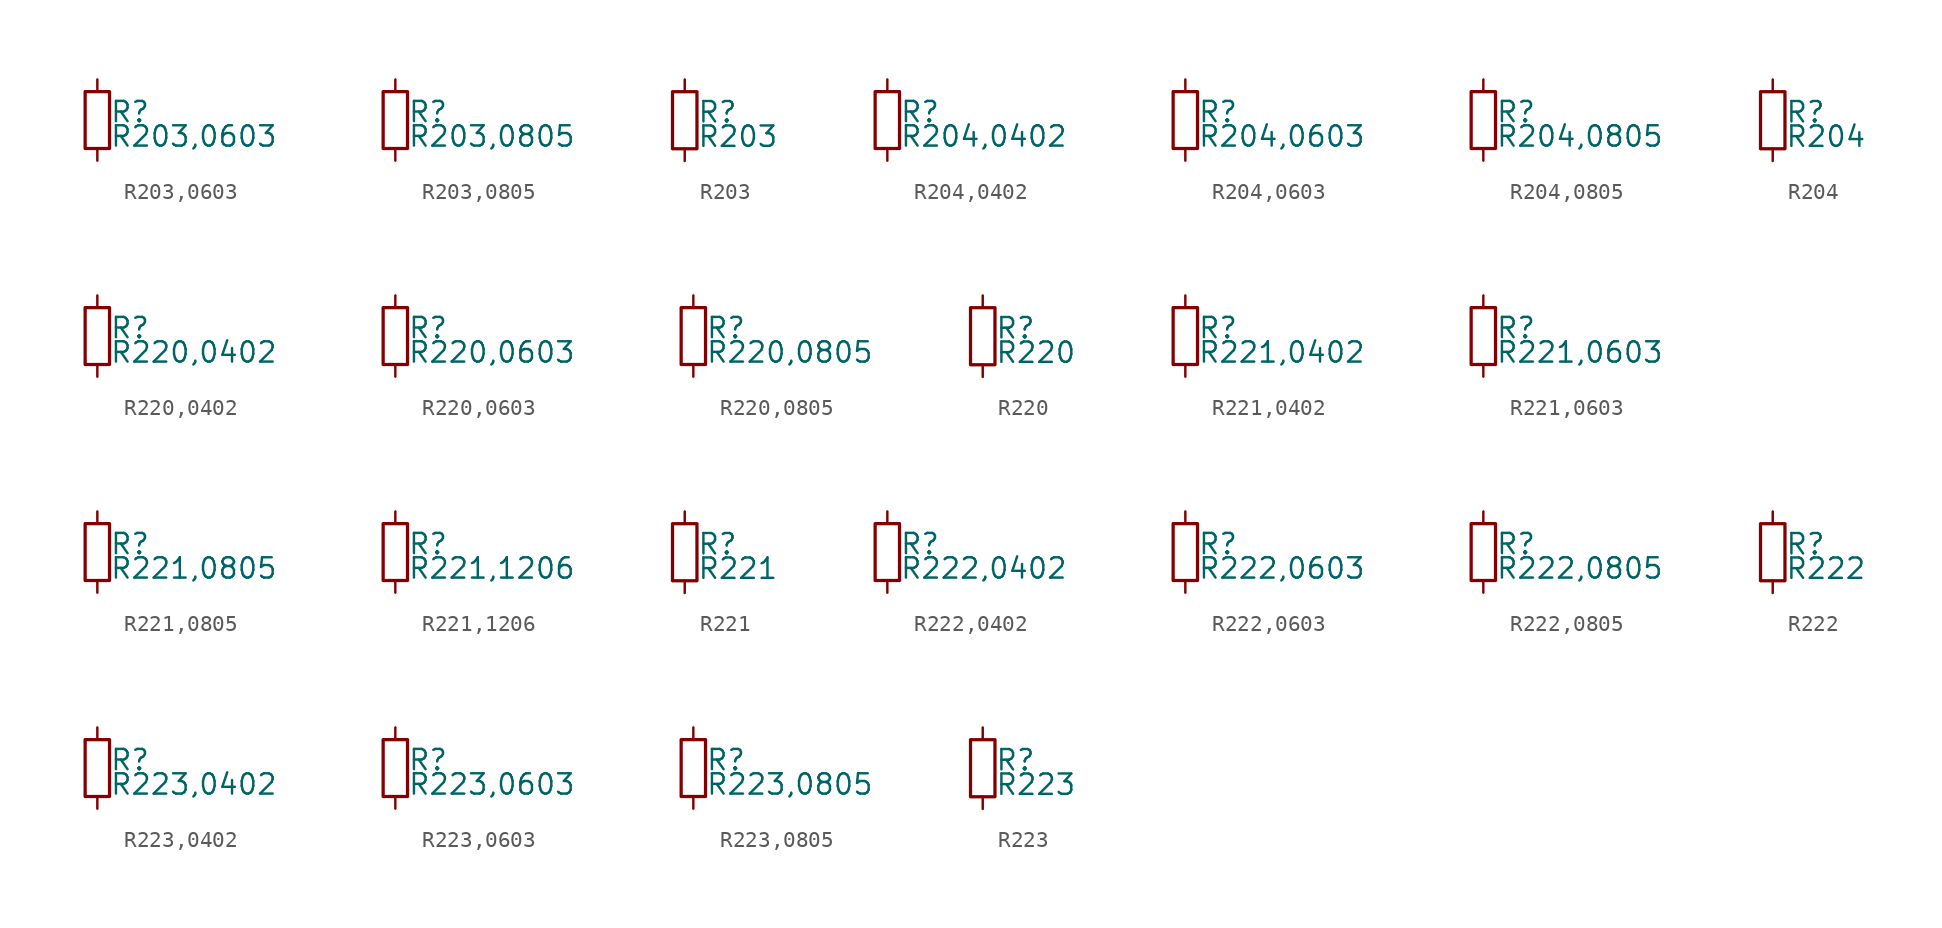
<source format=kicad_sym>
(kicad_symbol_lib
  (version 20211014)
  (generator kicad_symbol_editor)
  (symbol "R203,0603"
    (pin_numbers hide)
    (pin_names
      (offset 0.254) hide)
    (property "Reference" "R"
      (at 0.762 0.508 0)
      (effects (font (size 1.27 1.27)) (justify left)))
    (property "Value" "R203,0603"
      (at 0.762 -1.016 0)
      (effects (font (size 1.27 1.27)) (justify left)))
    (symbol "R203,0603_0_1"
      (rectangle (start -0.762 1.778) (end 0.762 -1.778) (stroke (width 0.203) (type default) (color 0 0 0 0)) (fill (type none))))
    (symbol "R203,0603_1_1"
      (pin passive line (at 0 2.54 270) (length 0.762) (name "~" (effects (font (size 1.27 1.27)))) (number "1" (effects (font (size 1.27 1.27)))))
      (pin passive line (at 0 -2.54 90) (length 0.762) (name "~" (effects (font (size 1.27 1.27)))) (number "2" (effects (font (size 1.27 1.27)))))))
  (symbol "R203,0805"
    (pin_numbers hide)
    (pin_names
      (offset 0.254) hide)
    (property "Reference" "R"
      (at 0.762 0.508 0)
      (effects (font (size 1.27 1.27)) (justify left)))
    (property "Value" "R203,0805"
      (at 0.762 -1.016 0)
      (effects (font (size 1.27 1.27)) (justify left)))
    (symbol "R203,0805_0_1"
      (rectangle (start -0.762 1.778) (end 0.762 -1.778) (stroke (width 0.203) (type default) (color 0 0 0 0)) (fill (type none))))
    (symbol "R203,0805_1_1"
      (pin passive line (at 0 2.54 270) (length 0.762) (name "~" (effects (font (size 1.27 1.27)))) (number "1" (effects (font (size 1.27 1.27)))))
      (pin passive line (at 0 -2.54 90) (length 0.762) (name "~" (effects (font (size 1.27 1.27)))) (number "2" (effects (font (size 1.27 1.27)))))))
  (symbol "R203"
    (pin_numbers hide)
    (pin_names
      (offset 0.254) hide)
    (property "Reference" "R"
      (at 0.762 0.508 0)
      (effects (font (size 1.27 1.27)) (justify left)))
    (property "Value" "R203"
      (at 0.762 -1.016 0)
      (effects (font (size 1.27 1.27)) (justify left)))
    (symbol "R203_0_1"
      (rectangle (start -0.762 1.778) (end 0.762 -1.778) (stroke (width 0.203) (type default) (color 0 0 0 0)) (fill (type none))))
    (symbol "R203_1_1"
      (pin passive line (at 0 2.54 270) (length 0.762) (name "~" (effects (font (size 1.27 1.27)))) (number "1" (effects (font (size 1.27 1.27)))))
      (pin passive line (at 0 -2.54 90) (length 0.762) (name "~" (effects (font (size 1.27 1.27)))) (number "2" (effects (font (size 1.27 1.27)))))))
  (symbol "R204,0402"
    (pin_numbers hide)
    (pin_names
      (offset 0.254) hide)
    (property "Reference" "R"
      (at 0.762 0.508 0)
      (effects (font (size 1.27 1.27)) (justify left)))
    (property "Value" "R204,0402"
      (at 0.762 -1.016 0)
      (effects (font (size 1.27 1.27)) (justify left)))
    (symbol "R204,0402_0_1"
      (rectangle (start -0.762 1.778) (end 0.762 -1.778) (stroke (width 0.203) (type default) (color 0 0 0 0)) (fill (type none))))
    (symbol "R204,0402_1_1"
      (pin passive line (at 0 2.54 270) (length 0.762) (name "~" (effects (font (size 1.27 1.27)))) (number "1" (effects (font (size 1.27 1.27)))))
      (pin passive line (at 0 -2.54 90) (length 0.762) (name "~" (effects (font (size 1.27 1.27)))) (number "2" (effects (font (size 1.27 1.27)))))))
  (symbol "R204,0603"
    (pin_numbers hide)
    (pin_names
      (offset 0.254) hide)
    (property "Reference" "R"
      (at 0.762 0.508 0)
      (effects (font (size 1.27 1.27)) (justify left)))
    (property "Value" "R204,0603"
      (at 0.762 -1.016 0)
      (effects (font (size 1.27 1.27)) (justify left)))
    (symbol "R204,0603_0_1"
      (rectangle (start -0.762 1.778) (end 0.762 -1.778) (stroke (width 0.203) (type default) (color 0 0 0 0)) (fill (type none))))
    (symbol "R204,0603_1_1"
      (pin passive line (at 0 2.54 270) (length 0.762) (name "~" (effects (font (size 1.27 1.27)))) (number "1" (effects (font (size 1.27 1.27)))))
      (pin passive line (at 0 -2.54 90) (length 0.762) (name "~" (effects (font (size 1.27 1.27)))) (number "2" (effects (font (size 1.27 1.27)))))))
  (symbol "R204,0805"
    (pin_numbers hide)
    (pin_names
      (offset 0.254) hide)
    (property "Reference" "R"
      (at 0.762 0.508 0)
      (effects (font (size 1.27 1.27)) (justify left)))
    (property "Value" "R204,0805"
      (at 0.762 -1.016 0)
      (effects (font (size 1.27 1.27)) (justify left)))
    (symbol "R204,0805_0_1"
      (rectangle (start -0.762 1.778) (end 0.762 -1.778) (stroke (width 0.203) (type default) (color 0 0 0 0)) (fill (type none))))
    (symbol "R204,0805_1_1"
      (pin passive line (at 0 2.54 270) (length 0.762) (name "~" (effects (font (size 1.27 1.27)))) (number "1" (effects (font (size 1.27 1.27)))))
      (pin passive line (at 0 -2.54 90) (length 0.762) (name "~" (effects (font (size 1.27 1.27)))) (number "2" (effects (font (size 1.27 1.27)))))))
  (symbol "R204"
    (pin_numbers hide)
    (pin_names
      (offset 0.254) hide)
    (property "Reference" "R"
      (at 0.762 0.508 0)
      (effects (font (size 1.27 1.27)) (justify left)))
    (property "Value" "R204"
      (at 0.762 -1.016 0)
      (effects (font (size 1.27 1.27)) (justify left)))
    (symbol "R204_0_1"
      (rectangle (start -0.762 1.778) (end 0.762 -1.778) (stroke (width 0.203) (type default) (color 0 0 0 0)) (fill (type none))))
    (symbol "R204_1_1"
      (pin passive line (at 0 2.54 270) (length 0.762) (name "~" (effects (font (size 1.27 1.27)))) (number "1" (effects (font (size 1.27 1.27)))))
      (pin passive line (at 0 -2.54 90) (length 0.762) (name "~" (effects (font (size 1.27 1.27)))) (number "2" (effects (font (size 1.27 1.27)))))))
  (symbol "R220,0402"
    (pin_numbers hide)
    (pin_names
      (offset 0.254) hide)
    (property "Reference" "R"
      (at 0.762 0.508 0)
      (effects (font (size 1.27 1.27)) (justify left)))
    (property "Value" "R220,0402"
      (at 0.762 -1.016 0)
      (effects (font (size 1.27 1.27)) (justify left)))
    (symbol "R220,0402_0_1"
      (rectangle (start -0.762 1.778) (end 0.762 -1.778) (stroke (width 0.203) (type default) (color 0 0 0 0)) (fill (type none))))
    (symbol "R220,0402_1_1"
      (pin passive line (at 0 2.54 270) (length 0.762) (name "~" (effects (font (size 1.27 1.27)))) (number "1" (effects (font (size 1.27 1.27)))))
      (pin passive line (at 0 -2.54 90) (length 0.762) (name "~" (effects (font (size 1.27 1.27)))) (number "2" (effects (font (size 1.27 1.27)))))))
  (symbol "R220,0603"
    (pin_numbers hide)
    (pin_names
      (offset 0.254) hide)
    (property "Reference" "R"
      (at 0.762 0.508 0)
      (effects (font (size 1.27 1.27)) (justify left)))
    (property "Value" "R220,0603"
      (at 0.762 -1.016 0)
      (effects (font (size 1.27 1.27)) (justify left)))
    (symbol "R220,0603_0_1"
      (rectangle (start -0.762 1.778) (end 0.762 -1.778) (stroke (width 0.203) (type default) (color 0 0 0 0)) (fill (type none))))
    (symbol "R220,0603_1_1"
      (pin passive line (at 0 2.54 270) (length 0.762) (name "~" (effects (font (size 1.27 1.27)))) (number "1" (effects (font (size 1.27 1.27)))))
      (pin passive line (at 0 -2.54 90) (length 0.762) (name "~" (effects (font (size 1.27 1.27)))) (number "2" (effects (font (size 1.27 1.27)))))))
  (symbol "R220,0805"
    (pin_numbers hide)
    (pin_names
      (offset 0.254) hide)
    (property "Reference" "R"
      (at 0.762 0.508 0)
      (effects (font (size 1.27 1.27)) (justify left)))
    (property "Value" "R220,0805"
      (at 0.762 -1.016 0)
      (effects (font (size 1.27 1.27)) (justify left)))
    (symbol "R220,0805_0_1"
      (rectangle (start -0.762 1.778) (end 0.762 -1.778) (stroke (width 0.203) (type default) (color 0 0 0 0)) (fill (type none))))
    (symbol "R220,0805_1_1"
      (pin passive line (at 0 2.54 270) (length 0.762) (name "~" (effects (font (size 1.27 1.27)))) (number "1" (effects (font (size 1.27 1.27)))))
      (pin passive line (at 0 -2.54 90) (length 0.762) (name "~" (effects (font (size 1.27 1.27)))) (number "2" (effects (font (size 1.27 1.27)))))))
  (symbol "R220"
    (pin_numbers hide)
    (pin_names
      (offset 0.254) hide)
    (property "Reference" "R"
      (at 0.762 0.508 0)
      (effects (font (size 1.27 1.27)) (justify left)))
    (property "Value" "R220"
      (at 0.762 -1.016 0)
      (effects (font (size 1.27 1.27)) (justify left)))
    (symbol "R220_0_1"
      (rectangle (start -0.762 1.778) (end 0.762 -1.778) (stroke (width 0.203) (type default) (color 0 0 0 0)) (fill (type none))))
    (symbol "R220_1_1"
      (pin passive line (at 0 2.54 270) (length 0.762) (name "~" (effects (font (size 1.27 1.27)))) (number "1" (effects (font (size 1.27 1.27)))))
      (pin passive line (at 0 -2.54 90) (length 0.762) (name "~" (effects (font (size 1.27 1.27)))) (number "2" (effects (font (size 1.27 1.27)))))))
  (symbol "R221,0402"
    (pin_numbers hide)
    (pin_names
      (offset 0.254) hide)
    (property "Reference" "R"
      (at 0.762 0.508 0)
      (effects (font (size 1.27 1.27)) (justify left)))
    (property "Value" "R221,0402"
      (at 0.762 -1.016 0)
      (effects (font (size 1.27 1.27)) (justify left)))
    (symbol "R221,0402_0_1"
      (rectangle (start -0.762 1.778) (end 0.762 -1.778) (stroke (width 0.203) (type default) (color 0 0 0 0)) (fill (type none))))
    (symbol "R221,0402_1_1"
      (pin passive line (at 0 2.54 270) (length 0.762) (name "~" (effects (font (size 1.27 1.27)))) (number "1" (effects (font (size 1.27 1.27)))))
      (pin passive line (at 0 -2.54 90) (length 0.762) (name "~" (effects (font (size 1.27 1.27)))) (number "2" (effects (font (size 1.27 1.27)))))))
  (symbol "R221,0603"
    (pin_numbers hide)
    (pin_names
      (offset 0.254) hide)
    (property "Reference" "R"
      (at 0.762 0.508 0)
      (effects (font (size 1.27 1.27)) (justify left)))
    (property "Value" "R221,0603"
      (at 0.762 -1.016 0)
      (effects (font (size 1.27 1.27)) (justify left)))
    (symbol "R221,0603_0_1"
      (rectangle (start -0.762 1.778) (end 0.762 -1.778) (stroke (width 0.203) (type default) (color 0 0 0 0)) (fill (type none))))
    (symbol "R221,0603_1_1"
      (pin passive line (at 0 2.54 270) (length 0.762) (name "~" (effects (font (size 1.27 1.27)))) (number "1" (effects (font (size 1.27 1.27)))))
      (pin passive line (at 0 -2.54 90) (length 0.762) (name "~" (effects (font (size 1.27 1.27)))) (number "2" (effects (font (size 1.27 1.27)))))))
  (symbol "R221,0805"
    (pin_numbers hide)
    (pin_names
      (offset 0.254) hide)
    (property "Reference" "R"
      (at 0.762 0.508 0)
      (effects (font (size 1.27 1.27)) (justify left)))
    (property "Value" "R221,0805"
      (at 0.762 -1.016 0)
      (effects (font (size 1.27 1.27)) (justify left)))
    (symbol "R221,0805_0_1"
      (rectangle (start -0.762 1.778) (end 0.762 -1.778) (stroke (width 0.203) (type default) (color 0 0 0 0)) (fill (type none))))
    (symbol "R221,0805_1_1"
      (pin passive line (at 0 2.54 270) (length 0.762) (name "~" (effects (font (size 1.27 1.27)))) (number "1" (effects (font (size 1.27 1.27)))))
      (pin passive line (at 0 -2.54 90) (length 0.762) (name "~" (effects (font (size 1.27 1.27)))) (number "2" (effects (font (size 1.27 1.27)))))))
  (symbol "R221,1206"
    (pin_numbers hide)
    (pin_names
      (offset 0.254) hide)
    (property "Reference" "R"
      (at 0.762 0.508 0)
      (effects (font (size 1.27 1.27)) (justify left)))
    (property "Value" "R221,1206"
      (at 0.762 -1.016 0)
      (effects (font (size 1.27 1.27)) (justify left)))
    (symbol "R221,1206_0_1"
      (rectangle (start -0.762 1.778) (end 0.762 -1.778) (stroke (width 0.203) (type default) (color 0 0 0 0)) (fill (type none))))
    (symbol "R221,1206_1_1"
      (pin passive line (at 0 2.54 270) (length 0.762) (name "~" (effects (font (size 1.27 1.27)))) (number "1" (effects (font (size 1.27 1.27)))))
      (pin passive line (at 0 -2.54 90) (length 0.762) (name "~" (effects (font (size 1.27 1.27)))) (number "2" (effects (font (size 1.27 1.27)))))))
  (symbol "R221"
    (pin_numbers hide)
    (pin_names
      (offset 0.254) hide)
    (property "Reference" "R"
      (at 0.762 0.508 0)
      (effects (font (size 1.27 1.27)) (justify left)))
    (property "Value" "R221"
      (at 0.762 -1.016 0)
      (effects (font (size 1.27 1.27)) (justify left)))
    (symbol "R221_0_1"
      (rectangle (start -0.762 1.778) (end 0.762 -1.778) (stroke (width 0.203) (type default) (color 0 0 0 0)) (fill (type none))))
    (symbol "R221_1_1"
      (pin passive line (at 0 2.54 270) (length 0.762) (name "~" (effects (font (size 1.27 1.27)))) (number "1" (effects (font (size 1.27 1.27)))))
      (pin passive line (at 0 -2.54 90) (length 0.762) (name "~" (effects (font (size 1.27 1.27)))) (number "2" (effects (font (size 1.27 1.27)))))))
  (symbol "R222,0402"
    (pin_numbers hide)
    (pin_names
      (offset 0.254) hide)
    (property "Reference" "R"
      (at 0.762 0.508 0)
      (effects (font (size 1.27 1.27)) (justify left)))
    (property "Value" "R222,0402"
      (at 0.762 -1.016 0)
      (effects (font (size 1.27 1.27)) (justify left)))
    (symbol "R222,0402_0_1"
      (rectangle (start -0.762 1.778) (end 0.762 -1.778) (stroke (width 0.203) (type default) (color 0 0 0 0)) (fill (type none))))
    (symbol "R222,0402_1_1"
      (pin passive line (at 0 2.54 270) (length 0.762) (name "~" (effects (font (size 1.27 1.27)))) (number "1" (effects (font (size 1.27 1.27)))))
      (pin passive line (at 0 -2.54 90) (length 0.762) (name "~" (effects (font (size 1.27 1.27)))) (number "2" (effects (font (size 1.27 1.27)))))))
  (symbol "R222,0603"
    (pin_numbers hide)
    (pin_names
      (offset 0.254) hide)
    (property "Reference" "R"
      (at 0.762 0.508 0)
      (effects (font (size 1.27 1.27)) (justify left)))
    (property "Value" "R222,0603"
      (at 0.762 -1.016 0)
      (effects (font (size 1.27 1.27)) (justify left)))
    (symbol "R222,0603_0_1"
      (rectangle (start -0.762 1.778) (end 0.762 -1.778) (stroke (width 0.203) (type default) (color 0 0 0 0)) (fill (type none))))
    (symbol "R222,0603_1_1"
      (pin passive line (at 0 2.54 270) (length 0.762) (name "~" (effects (font (size 1.27 1.27)))) (number "1" (effects (font (size 1.27 1.27)))))
      (pin passive line (at 0 -2.54 90) (length 0.762) (name "~" (effects (font (size 1.27 1.27)))) (number "2" (effects (font (size 1.27 1.27)))))))
  (symbol "R222,0805"
    (pin_numbers hide)
    (pin_names
      (offset 0.254) hide)
    (property "Reference" "R"
      (at 0.762 0.508 0)
      (effects (font (size 1.27 1.27)) (justify left)))
    (property "Value" "R222,0805"
      (at 0.762 -1.016 0)
      (effects (font (size 1.27 1.27)) (justify left)))
    (symbol "R222,0805_0_1"
      (rectangle (start -0.762 1.778) (end 0.762 -1.778) (stroke (width 0.203) (type default) (color 0 0 0 0)) (fill (type none))))
    (symbol "R222,0805_1_1"
      (pin passive line (at 0 2.54 270) (length 0.762) (name "~" (effects (font (size 1.27 1.27)))) (number "1" (effects (font (size 1.27 1.27)))))
      (pin passive line (at 0 -2.54 90) (length 0.762) (name "~" (effects (font (size 1.27 1.27)))) (number "2" (effects (font (size 1.27 1.27)))))))
  (symbol "R222"
    (pin_numbers hide)
    (pin_names
      (offset 0.254) hide)
    (property "Reference" "R"
      (at 0.762 0.508 0)
      (effects (font (size 1.27 1.27)) (justify left)))
    (property "Value" "R222"
      (at 0.762 -1.016 0)
      (effects (font (size 1.27 1.27)) (justify left)))
    (symbol "R222_0_1"
      (rectangle (start -0.762 1.778) (end 0.762 -1.778) (stroke (width 0.203) (type default) (color 0 0 0 0)) (fill (type none))))
    (symbol "R222_1_1"
      (pin passive line (at 0 2.54 270) (length 0.762) (name "~" (effects (font (size 1.27 1.27)))) (number "1" (effects (font (size 1.27 1.27)))))
      (pin passive line (at 0 -2.54 90) (length 0.762) (name "~" (effects (font (size 1.27 1.27)))) (number "2" (effects (font (size 1.27 1.27)))))))
  (symbol "R223,0402"
    (pin_numbers hide)
    (pin_names
      (offset 0.254) hide)
    (property "Reference" "R"
      (at 0.762 0.508 0)
      (effects (font (size 1.27 1.27)) (justify left)))
    (property "Value" "R223,0402"
      (at 0.762 -1.016 0)
      (effects (font (size 1.27 1.27)) (justify left)))
    (symbol "R223,0402_0_1"
      (rectangle (start -0.762 1.778) (end 0.762 -1.778) (stroke (width 0.203) (type default) (color 0 0 0 0)) (fill (type none))))
    (symbol "R223,0402_1_1"
      (pin passive line (at 0 2.54 270) (length 0.762) (name "~" (effects (font (size 1.27 1.27)))) (number "1" (effects (font (size 1.27 1.27)))))
      (pin passive line (at 0 -2.54 90) (length 0.762) (name "~" (effects (font (size 1.27 1.27)))) (number "2" (effects (font (size 1.27 1.27)))))))
  (symbol "R223,0603"
    (pin_numbers hide)
    (pin_names
      (offset 0.254) hide)
    (property "Reference" "R"
      (at 0.762 0.508 0)
      (effects (font (size 1.27 1.27)) (justify left)))
    (property "Value" "R223,0603"
      (at 0.762 -1.016 0)
      (effects (font (size 1.27 1.27)) (justify left)))
    (symbol "R223,0603_0_1"
      (rectangle (start -0.762 1.778) (end 0.762 -1.778) (stroke (width 0.203) (type default) (color 0 0 0 0)) (fill (type none))))
    (symbol "R223,0603_1_1"
      (pin passive line (at 0 2.54 270) (length 0.762) (name "~" (effects (font (size 1.27 1.27)))) (number "1" (effects (font (size 1.27 1.27)))))
      (pin passive line (at 0 -2.54 90) (length 0.762) (name "~" (effects (font (size 1.27 1.27)))) (number "2" (effects (font (size 1.27 1.27)))))))
  (symbol "R223,0805"
    (pin_numbers hide)
    (pin_names
      (offset 0.254) hide)
    (property "Reference" "R"
      (at 0.762 0.508 0)
      (effects (font (size 1.27 1.27)) (justify left)))
    (property "Value" "R223,0805"
      (at 0.762 -1.016 0)
      (effects (font (size 1.27 1.27)) (justify left)))
    (symbol "R223,0805_0_1"
      (rectangle (start -0.762 1.778) (end 0.762 -1.778) (stroke (width 0.203) (type default) (color 0 0 0 0)) (fill (type none))))
    (symbol "R223,0805_1_1"
      (pin passive line (at 0 2.54 270) (length 0.762) (name "~" (effects (font (size 1.27 1.27)))) (number "1" (effects (font (size 1.27 1.27)))))
      (pin passive line (at 0 -2.54 90) (length 0.762) (name "~" (effects (font (size 1.27 1.27)))) (number "2" (effects (font (size 1.27 1.27)))))))
  (symbol "R223"
    (pin_numbers hide)
    (pin_names
      (offset 0.254) hide)
    (property "Reference" "R"
      (at 0.762 0.508 0)
      (effects (font (size 1.27 1.27)) (justify left)))
    (property "Value" "R223"
      (at 0.762 -1.016 0)
      (effects (font (size 1.27 1.27)) (justify left)))
    (symbol "R223_0_1"
      (rectangle (start -0.762 1.778) (end 0.762 -1.778) (stroke (width 0.203) (type default) (color 0 0 0 0)) (fill (type none))))
    (symbol "R223_1_1"
      (pin passive line (at 0 2.54 270) (length 0.762) (name "~" (effects (font (size 1.27 1.27)))) (number "1" (effects (font (size 1.27 1.27)))))
      (pin passive line (at 0 -2.54 90) (length 0.762) (name "~" (effects (font (size 1.27 1.27)))) (number "2" (effects (font (size 1.27 1.27))))))))
</source>
